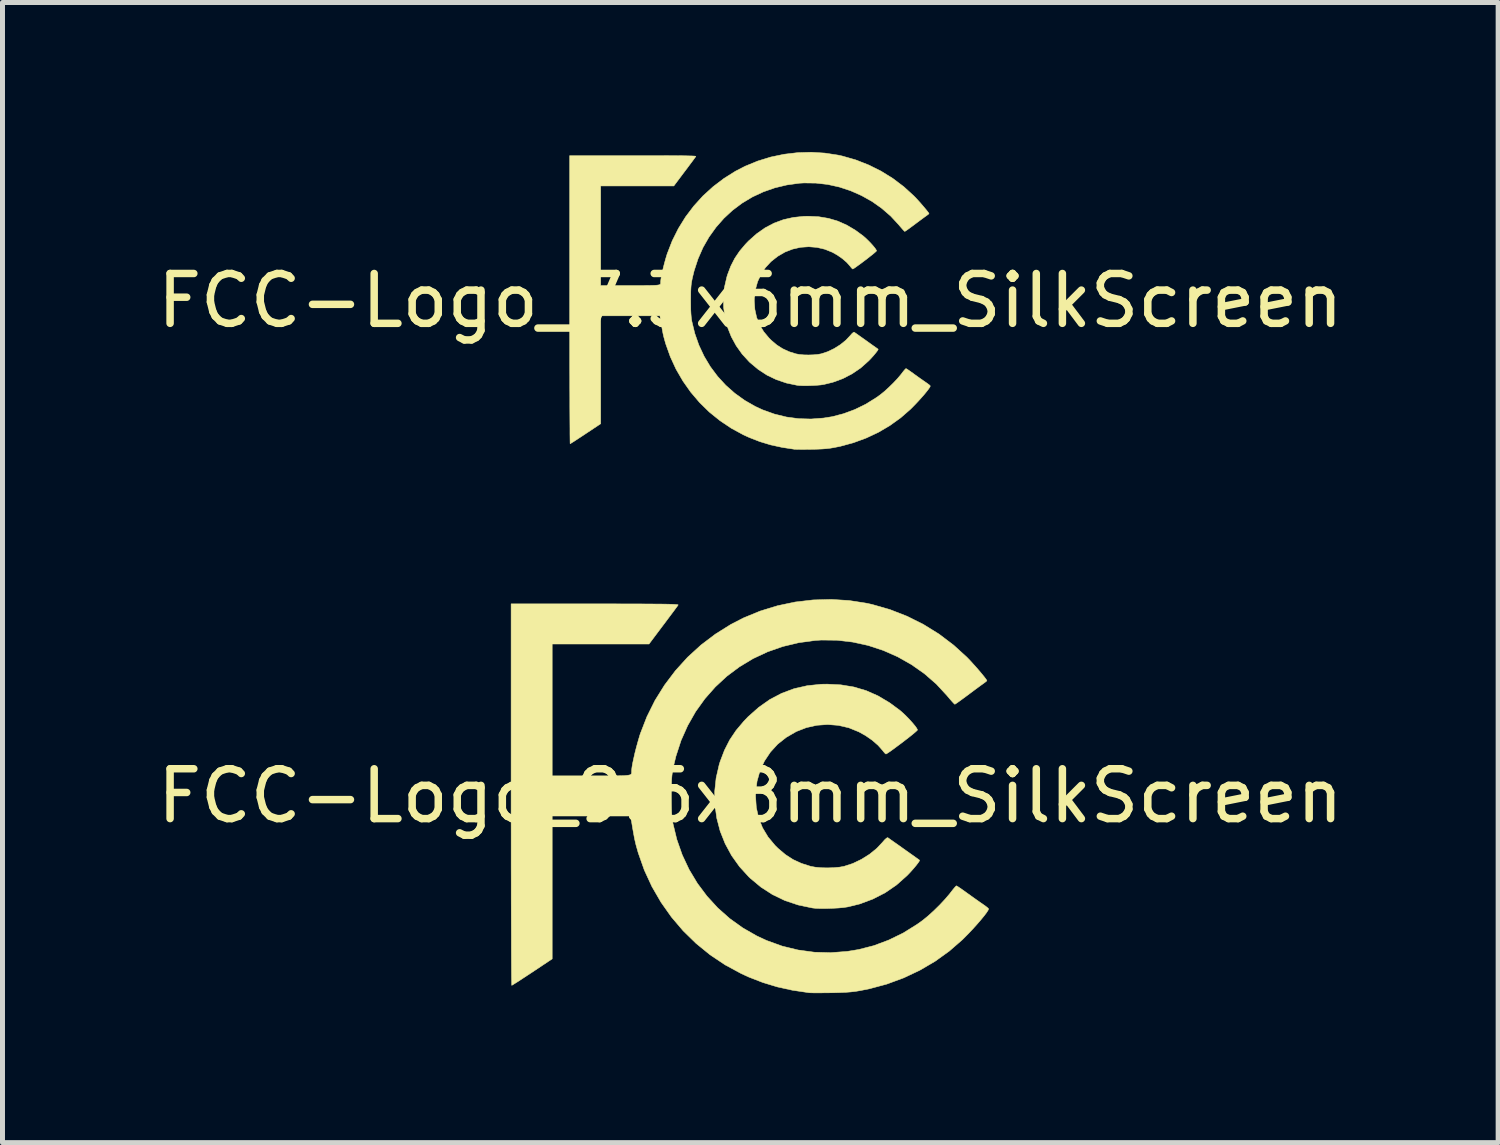
<source format=kicad_pcb>
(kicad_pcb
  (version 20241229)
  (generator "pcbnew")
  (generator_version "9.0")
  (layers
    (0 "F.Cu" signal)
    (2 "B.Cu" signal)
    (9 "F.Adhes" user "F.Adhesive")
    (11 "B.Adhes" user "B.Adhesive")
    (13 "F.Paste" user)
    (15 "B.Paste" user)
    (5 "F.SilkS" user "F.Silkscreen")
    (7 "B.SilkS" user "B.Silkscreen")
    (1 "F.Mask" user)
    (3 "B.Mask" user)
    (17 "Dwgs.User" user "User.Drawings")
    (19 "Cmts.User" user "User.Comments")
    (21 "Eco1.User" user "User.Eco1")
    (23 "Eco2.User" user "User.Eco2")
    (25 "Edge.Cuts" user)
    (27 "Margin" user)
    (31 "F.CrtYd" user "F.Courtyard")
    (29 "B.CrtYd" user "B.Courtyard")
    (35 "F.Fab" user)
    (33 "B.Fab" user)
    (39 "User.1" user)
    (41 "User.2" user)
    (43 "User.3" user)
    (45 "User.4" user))
  (footprint "FCC-Logo_9.6x8mm_SilkScreen"
    (layer "F.Cu")
    (at 12.006 12.921)
    (property "Reference" "FCC-Logo_9.6x8mm_SilkScreen" (at 0 0 0) (layer "F.SilkS") (effects (font (size 1 1) (thickness 0.15))))
    (attr exclude_from_pos_files exclude_from_bom allow_missing_courtyard)
    (fp_poly (pts (xy 1.817 -2.229) (xy 2.077 -2.186) (xy 2.324 -2.113) (xy 2.562 -2.008) (xy 2.794 -1.87) (xy 2.999 -1.719) (xy 3.061 -1.665) (xy 3.128 -1.601) (xy 3.194 -1.533) (xy 3.255 -1.465) (xy 3.305 -1.405) (xy 3.34 -1.356) (xy 3.354 -1.326) (xy 3.355 -1.324) (xy 3.341 -1.308) (xy 3.304 -1.275) (xy 3.249 -1.229) (xy 3.18 -1.174) (xy 3.102 -1.114) (xy 3.02 -1.051) (xy 2.939 -0.991) (xy 2.865 -0.936) (xy 2.801 -0.89) (xy 2.752 -0.858) (xy 2.725 -0.842) (xy 2.721 -0.841) (xy 2.703 -0.854) (xy 2.673 -0.888) (xy 2.654 -0.913) (xy 2.564 -1.015) (xy 2.447 -1.117) (xy 2.31 -1.212) (xy 2.179 -1.285) (xy 1.978 -1.367) (xy 1.768 -1.416) (xy 1.553 -1.433) (xy 1.337 -1.418) (xy 1.126 -1.371) (xy 0.922 -1.292) (xy 0.921 -1.291) (xy 0.722 -1.176) (xy 0.549 -1.039) (xy 0.403 -0.879) (xy 0.284 -0.701) (xy 0.194 -0.505) (xy 0.135 -0.295) (xy 0.107 -0.071) (xy 0.105 0.005) (xy 0.12 0.232) (xy 0.167 0.443) (xy 0.245 0.64) (xy 0.355 0.823) (xy 0.498 0.995) (xy 0.557 1.053) (xy 0.705 1.178) (xy 0.858 1.277) (xy 1.026 1.354) (xy 1.211 1.413) (xy 1.304 1.43) (xy 1.42 1.441) (xy 1.547 1.444) (xy 1.675 1.44) (xy 1.793 1.429) (xy 1.881 1.413) (xy 2.056 1.356) (xy 2.229 1.273) (xy 2.393 1.17) (xy 2.538 1.052) (xy 2.647 0.936) (xy 2.696 0.88) (xy 2.734 0.846) (xy 2.757 0.836) (xy 2.758 0.837) (xy 2.776 0.849) (xy 2.817 0.879) (xy 2.877 0.921) (xy 2.95 0.972) (xy 3.03 1.029) (xy 3.114 1.089) (xy 3.196 1.147) (xy 3.27 1.199) (xy 3.331 1.243) (xy 3.375 1.274) (xy 3.396 1.29) (xy 3.396 1.29) (xy 3.391 1.307) (xy 3.367 1.343) (xy 3.327 1.395) (xy 3.277 1.455) (xy 3.22 1.519) (xy 3.162 1.581) (xy 3.142 1.601) (xy 2.934 1.786) (xy 2.705 1.943) (xy 2.457 2.07) (xy 2.194 2.168) (xy 1.958 2.226) (xy 1.873 2.239) (xy 1.765 2.249) (xy 1.645 2.255) (xy 1.522 2.259) (xy 1.405 2.259) (xy 1.306 2.255) (xy 1.244 2.248) (xy 0.959 2.188) (xy 0.693 2.099) (xy 0.444 1.979) (xy 0.212 1.829) (xy -0.005 1.648) (xy -0.029 1.625) (xy -0.217 1.419) (xy -0.376 1.196) (xy -0.505 0.958) (xy -0.605 0.707) (xy -0.673 0.447) (xy -0.71 0.18) (xy -0.715 -0.09) (xy -0.686 -0.361) (xy -0.624 -0.631) (xy -0.605 -0.691) (xy -0.519 -0.917) (xy -0.414 -1.123) (xy -0.286 -1.314) (xy -0.13 -1.499) (xy -0.046 -1.587) (xy 0.168 -1.777) (xy 0.392 -1.935) (xy 0.629 -2.059) (xy 0.878 -2.152) (xy 1.142 -2.212) (xy 1.42 -2.241) (xy 1.542 -2.243) (xy 1.817 -2.229)) (stroke (width 0.01) (type solid)) (fill yes) (layer "F.SilkS"))
    (fp_poly (pts (xy 1.982 -3.921) (xy 2.336 -3.866) (xy 2.444 -3.842) (xy 2.8 -3.74) (xy 3.144 -3.606) (xy 3.474 -3.441) (xy 3.787 -3.247) (xy 4.08 -3.025) (xy 4.344 -2.785) (xy 4.4 -2.727) (xy 4.463 -2.658) (xy 4.529 -2.585) (xy 4.593 -2.511) (xy 4.651 -2.442) (xy 4.699 -2.383) (xy 4.732 -2.339) (xy 4.746 -2.314) (xy 4.747 -2.312) (xy 4.733 -2.298) (xy 4.7 -2.272) (xy 4.672 -2.252) (xy 4.633 -2.224) (xy 4.573 -2.18) (xy 4.497 -2.124) (xy 4.414 -2.062) (xy 4.358 -2.02) (xy 4.278 -1.961) (xy 4.208 -1.91) (xy 4.152 -1.87) (xy 4.116 -1.846) (xy 4.104 -1.839) (xy 4.088 -1.852) (xy 4.055 -1.887) (xy 4.009 -1.939) (xy 3.955 -2.003) (xy 3.944 -2.016) (xy 3.73 -2.247) (xy 3.492 -2.454) (xy 3.233 -2.636) (xy 2.957 -2.792) (xy 2.667 -2.92) (xy 2.366 -3.019) (xy 2.056 -3.087) (xy 1.743 -3.124) (xy 1.427 -3.128) (xy 1.304 -3.12) (xy 0.971 -3.075) (xy 0.65 -2.998) (xy 0.344 -2.891) (xy 0.054 -2.755) (xy -0.218 -2.591) (xy -0.471 -2.402) (xy -0.703 -2.187) (xy -0.912 -1.95) (xy -1.098 -1.691) (xy -1.257 -1.411) (xy -1.39 -1.113) (xy -1.493 -0.797) (xy -1.537 -0.614) (xy -1.553 -0.537) (xy -1.565 -0.47) (xy -1.573 -0.405) (xy -1.579 -0.335) (xy -1.582 -0.252) (xy -1.584 -0.15) (xy -1.585 -0.021) (xy -1.585 -0.009) (xy -1.584 0.136) (xy -1.582 0.253) (xy -1.578 0.349) (xy -1.571 0.43) (xy -1.561 0.504) (xy -1.553 0.552) (xy -1.475 0.874) (xy -1.367 1.182) (xy -1.229 1.476) (xy -1.063 1.753) (xy -0.871 2.01) (xy -0.654 2.247) (xy -0.414 2.46) (xy -0.152 2.648) (xy 0.129 2.809) (xy 0.327 2.901) (xy 0.64 3.014) (xy 0.96 3.092) (xy 1.285 3.136) (xy 1.613 3.145) (xy 1.944 3.12) (xy 2.175 3.082) (xy 2.479 3.004) (xy 2.778 2.892) (xy 3.069 2.75) (xy 3.345 2.578) (xy 3.457 2.498) (xy 3.565 2.41) (xy 3.683 2.303) (xy 3.801 2.187) (xy 3.91 2.07) (xy 4.002 1.962) (xy 4.021 1.937) (xy 4.066 1.879) (xy 4.103 1.835) (xy 4.129 1.808) (xy 4.136 1.804) (xy 4.155 1.814) (xy 4.196 1.841) (xy 4.254 1.881) (xy 4.324 1.931) (xy 4.349 1.949) (xy 4.434 2.01) (xy 4.521 2.072) (xy 4.6 2.128) (xy 4.661 2.17) (xy 4.664 2.172) (xy 4.719 2.211) (xy 4.76 2.243) (xy 4.78 2.264) (xy 4.782 2.267) (xy 4.77 2.296) (xy 4.738 2.345) (xy 4.687 2.412) (xy 4.622 2.491) (xy 4.546 2.579) (xy 4.463 2.671) (xy 4.375 2.764) (xy 4.286 2.854) (xy 4.255 2.885) (xy 3.993 3.113) (xy 3.708 3.318) (xy 3.401 3.498) (xy 3.077 3.651) (xy 2.738 3.776) (xy 2.388 3.87) (xy 2.207 3.906) (xy 2.112 3.922) (xy 2.017 3.933) (xy 1.913 3.941) (xy 1.792 3.946) (xy 1.646 3.95) (xy 1.612 3.95) (xy 1.496 3.951) (xy 1.389 3.952) (xy 1.297 3.952) (xy 1.225 3.951) (xy 1.181 3.949) (xy 1.174 3.948) (xy 0.845 3.899) (xy 0.541 3.832) (xy 0.251 3.744) (xy -0.03 3.635) (xy -0.184 3.564) (xy -0.506 3.39) (xy -0.808 3.188) (xy -1.089 2.959) (xy -1.348 2.706) (xy -1.583 2.43) (xy -1.792 2.134) (xy -1.974 1.82) (xy -2.127 1.489) (xy -2.249 1.143) (xy -2.295 0.981) (xy -2.307 0.929) (xy -2.32 0.874) (xy -2.332 0.812) (xy -2.346 0.735) (xy -2.363 0.639) (xy -2.383 0.516) (xy -2.392 0.46) (xy -2.401 0.403) (xy -3.976 0.403) (xy -3.976 3.27) (xy -4.375 3.536) (xy -4.48 3.605) (xy -4.576 3.668) (xy -4.658 3.722) (xy -4.724 3.763) (xy -4.768 3.791) (xy -4.787 3.801) (xy -4.787 3.801) (xy -4.788 3.784) (xy -4.789 3.733) (xy -4.791 3.651) (xy -4.792 3.538) (xy -4.793 3.396) (xy -4.794 3.228) (xy -4.795 3.034) (xy -4.795 2.816) (xy -4.796 2.575) (xy -4.797 2.314) (xy -4.798 2.034) (xy -4.798 1.736) (xy -4.799 1.422) (xy -4.799 1.093) (xy -4.799 0.752) (xy -4.8 0.4) (xy -4.8 0.038) (xy -4.8 -0.026) (xy -4.8 -3.854) (xy -3.117 -3.854) (xy -2.827 -3.854) (xy -2.571 -3.853) (xy -2.346 -3.853) (xy -2.15 -3.852) (xy -1.983 -3.851) (xy -1.842 -3.85) (xy -1.726 -3.849) (xy -1.633 -3.847) (xy -1.561 -3.845) (xy -1.508 -3.842) (xy -1.472 -3.839) (xy -1.453 -3.836) (xy -1.447 -3.832) (xy -1.448 -3.832) (xy -1.461 -3.813) (xy -1.493 -3.769) (xy -1.54 -3.705) (xy -1.6 -3.625) (xy -1.669 -3.533) (xy -1.745 -3.431) (xy -1.747 -3.429) (xy -2.033 -3.048) (xy -3.976 -3.048) (xy -3.976 -0.403) (xy -3.19 -0.403) (xy -3.001 -0.403) (xy -2.843 -0.403) (xy -2.715 -0.403) (xy -2.613 -0.405) (xy -2.534 -0.407) (xy -2.476 -0.412) (xy -2.434 -0.418) (xy -2.407 -0.426) (xy -2.391 -0.437) (xy -2.384 -0.452) (xy -2.382 -0.469) (xy -2.382 -0.491) (xy -2.382 -0.503) (xy -2.377 -0.56) (xy -2.364 -0.643) (xy -2.342 -0.745) (xy -2.316 -0.861) (xy -2.285 -0.982) (xy -2.252 -1.101) (xy -2.219 -1.213) (xy -2.207 -1.25) (xy -2.075 -1.59) (xy -1.913 -1.916) (xy -1.721 -2.224) (xy -1.503 -2.513) (xy -1.259 -2.782) (xy -0.991 -3.027) (xy -0.701 -3.247) (xy -0.391 -3.441) (xy -0.134 -3.573) (xy 0.199 -3.71) (xy 0.545 -3.816) (xy 0.9 -3.891) (xy 1.26 -3.933) (xy 1.622 -3.943) (xy 1.982 -3.921)) (stroke (width 0.01) (type solid)) (fill yes) (layer "F.SilkS")))
  (footprint "FCC-Logo_7.3x6mm_SilkScreen"
    (layer "F.Cu")
    (at 12.006 2.983)
    (property "Reference" "FCC-Logo_7.3x6mm_SilkScreen" (at 0 0 0) (layer "F.SilkS") (effects (font (size 1 1) (thickness 0.15))))
    (attr exclude_from_pos_files exclude_from_bom allow_missing_courtyard)
    (fp_poly (pts (xy 1.372 -1.684) (xy 1.569 -1.651) (xy 1.755 -1.596) (xy 1.935 -1.516) (xy 2.11 -1.412) (xy 2.265 -1.298) (xy 2.312 -1.257) (xy 2.362 -1.209) (xy 2.412 -1.158) (xy 2.458 -1.107) (xy 2.496 -1.061) (xy 2.522 -1.024) (xy 2.533 -1.001) (xy 2.533 -1) (xy 2.523 -0.988) (xy 2.495 -0.963) (xy 2.454 -0.928) (xy 2.401 -0.887) (xy 2.343 -0.841) (xy 2.281 -0.794) (xy 2.22 -0.748) (xy 2.163 -0.707) (xy 2.115 -0.672) (xy 2.079 -0.648) (xy 2.058 -0.636) (xy 2.055 -0.635) (xy 2.042 -0.645) (xy 2.019 -0.67) (xy 2.004 -0.69) (xy 1.936 -0.767) (xy 1.848 -0.843) (xy 1.745 -0.915) (xy 1.646 -0.971) (xy 1.494 -1.032) (xy 1.335 -1.069) (xy 1.173 -1.082) (xy 1.01 -1.071) (xy 0.85 -1.035) (xy 0.697 -0.976) (xy 0.695 -0.975) (xy 0.546 -0.888) (xy 0.415 -0.784) (xy 0.304 -0.664) (xy 0.214 -0.529) (xy 0.146 -0.381) (xy 0.102 -0.222) (xy 0.081 -0.054) (xy 0.079 0.004) (xy 0.091 0.175) (xy 0.126 0.335) (xy 0.185 0.483) (xy 0.268 0.622) (xy 0.376 0.751) (xy 0.42 0.795) (xy 0.532 0.89) (xy 0.648 0.964) (xy 0.775 1.023) (xy 0.914 1.067) (xy 0.985 1.08) (xy 1.072 1.088) (xy 1.169 1.09) (xy 1.265 1.087) (xy 1.354 1.079) (xy 1.421 1.067) (xy 1.552 1.024) (xy 1.683 0.961) (xy 1.807 0.883) (xy 1.917 0.794) (xy 1.999 0.707) (xy 2.036 0.665) (xy 2.065 0.639) (xy 2.082 0.632) (xy 2.083 0.632) (xy 2.096 0.641) (xy 2.128 0.663) (xy 2.173 0.695) (xy 2.228 0.734) (xy 2.289 0.777) (xy 2.352 0.822) (xy 2.413 0.866) (xy 2.469 0.906) (xy 2.516 0.939) (xy 2.549 0.962) (xy 2.565 0.974) (xy 2.565 0.974) (xy 2.561 0.987) (xy 2.543 1.015) (xy 2.513 1.053) (xy 2.475 1.099) (xy 2.432 1.147) (xy 2.388 1.194) (xy 2.373 1.209) (xy 2.216 1.349) (xy 2.043 1.467) (xy 1.856 1.564) (xy 1.657 1.637) (xy 1.478 1.681) (xy 1.414 1.691) (xy 1.333 1.698) (xy 1.242 1.703) (xy 1.149 1.706) (xy 1.061 1.706) (xy 0.986 1.703) (xy 0.939 1.698) (xy 0.724 1.653) (xy 0.523 1.585) (xy 0.335 1.495) (xy 0.16 1.381) (xy -0.003 1.245) (xy -0.022 1.227) (xy -0.164 1.072) (xy -0.284 0.903) (xy -0.382 0.723) (xy -0.457 0.534) (xy -0.508 0.338) (xy -0.536 0.136) (xy -0.54 -0.068) (xy -0.518 -0.273) (xy -0.471 -0.476) (xy -0.457 -0.522) (xy -0.392 -0.693) (xy -0.313 -0.848) (xy -0.216 -0.992) (xy -0.098 -1.132) (xy -0.035 -1.198) (xy 0.127 -1.342) (xy 0.296 -1.461) (xy 0.475 -1.555) (xy 0.663 -1.625) (xy 0.862 -1.67) (xy 1.072 -1.692) (xy 1.164 -1.694) (xy 1.372 -1.684)) (stroke (width 0.01) (type solid)) (fill yes) (layer "F.SilkS"))
    (fp_poly (pts (xy 1.496 -2.961) (xy 1.764 -2.92) (xy 1.845 -2.902) (xy 2.114 -2.825) (xy 2.374 -2.723) (xy 2.623 -2.599) (xy 2.86 -2.452) (xy 3.081 -2.285) (xy 3.28 -2.103) (xy 3.323 -2.059) (xy 3.37 -2.008) (xy 3.42 -1.952) (xy 3.468 -1.896) (xy 3.512 -1.844) (xy 3.548 -1.8) (xy 3.574 -1.766) (xy 3.585 -1.748) (xy 3.585 -1.746) (xy 3.575 -1.736) (xy 3.549 -1.716) (xy 3.529 -1.701) (xy 3.499 -1.68) (xy 3.453 -1.646) (xy 3.396 -1.604) (xy 3.333 -1.557) (xy 3.291 -1.525) (xy 3.231 -1.481) (xy 3.178 -1.442) (xy 3.136 -1.412) (xy 3.108 -1.394) (xy 3.099 -1.389) (xy 3.087 -1.399) (xy 3.062 -1.425) (xy 3.028 -1.464) (xy 2.986 -1.513) (xy 2.979 -1.522) (xy 2.817 -1.697) (xy 2.637 -1.853) (xy 2.442 -1.991) (xy 2.233 -2.108) (xy 2.014 -2.205) (xy 1.787 -2.28) (xy 1.553 -2.332) (xy 1.316 -2.359) (xy 1.078 -2.362) (xy 0.985 -2.357) (xy 0.733 -2.322) (xy 0.491 -2.264) (xy 0.26 -2.183) (xy 0.041 -2.081) (xy -0.165 -1.957) (xy -0.356 -1.814) (xy -0.531 -1.652) (xy -0.689 -1.472) (xy -0.829 -1.277) (xy -0.95 -1.066) (xy -1.049 -0.84) (xy -1.127 -0.602) (xy -1.161 -0.464) (xy -1.173 -0.406) (xy -1.182 -0.355) (xy -1.188 -0.306) (xy -1.192 -0.253) (xy -1.195 -0.19) (xy -1.196 -0.113) (xy -1.197 -0.016) (xy -1.197 -0.007) (xy -1.196 0.103) (xy -1.195 0.191) (xy -1.191 0.264) (xy -1.186 0.325) (xy -1.179 0.381) (xy -1.173 0.417) (xy -1.114 0.66) (xy -1.032 0.893) (xy -0.928 1.115) (xy -0.803 1.324) (xy -0.658 1.518) (xy -0.494 1.697) (xy -0.312 1.858) (xy -0.115 2) (xy 0.098 2.122) (xy 0.247 2.191) (xy 0.484 2.276) (xy 0.725 2.335) (xy 0.97 2.368) (xy 1.218 2.375) (xy 1.468 2.356) (xy 1.643 2.328) (xy 1.872 2.268) (xy 2.098 2.184) (xy 2.317 2.077) (xy 2.526 1.947) (xy 2.611 1.886) (xy 2.692 1.82) (xy 2.781 1.739) (xy 2.87 1.652) (xy 2.953 1.564) (xy 3.022 1.482) (xy 3.037 1.463) (xy 3.07 1.419) (xy 3.099 1.385) (xy 3.118 1.366) (xy 3.123 1.363) (xy 3.138 1.37) (xy 3.169 1.39) (xy 3.213 1.421) (xy 3.266 1.458) (xy 3.284 1.472) (xy 3.348 1.518) (xy 3.414 1.565) (xy 3.474 1.607) (xy 3.52 1.639) (xy 3.522 1.64) (xy 3.564 1.67) (xy 3.595 1.694) (xy 3.61 1.71) (xy 3.611 1.712) (xy 3.603 1.734) (xy 3.578 1.771) (xy 3.54 1.821) (xy 3.491 1.881) (xy 3.433 1.947) (xy 3.37 2.017) (xy 3.304 2.087) (xy 3.237 2.155) (xy 3.213 2.179) (xy 3.016 2.351) (xy 2.8 2.506) (xy 2.569 2.642) (xy 2.324 2.757) (xy 2.068 2.851) (xy 1.803 2.923) (xy 1.667 2.95) (xy 1.595 2.962) (xy 1.523 2.97) (xy 1.444 2.976) (xy 1.353 2.98) (xy 1.243 2.983) (xy 1.217 2.983) (xy 1.13 2.984) (xy 1.049 2.985) (xy 0.979 2.984) (xy 0.925 2.983) (xy 0.892 2.982) (xy 0.886 2.982) (xy 0.638 2.944) (xy 0.408 2.894) (xy 0.19 2.828) (xy -0.023 2.745) (xy -0.139 2.692) (xy -0.382 2.56) (xy -0.61 2.407) (xy -0.823 2.235) (xy -1.018 2.044) (xy -1.196 1.835) (xy -1.353 1.612) (xy -1.491 1.374) (xy -1.606 1.124) (xy -1.699 0.863) (xy -1.733 0.741) (xy -1.743 0.701) (xy -1.752 0.66) (xy -1.761 0.613) (xy -1.772 0.555) (xy -1.784 0.482) (xy -1.8 0.39) (xy -1.807 0.347) (xy -1.814 0.304) (xy -3.003 0.304) (xy -3.003 2.47) (xy -3.304 2.67) (xy -3.384 2.723) (xy -3.456 2.77) (xy -3.518 2.811) (xy -3.567 2.842) (xy -3.601 2.863) (xy -3.615 2.871) (xy -3.615 2.871) (xy -3.616 2.858) (xy -3.617 2.819) (xy -3.618 2.757) (xy -3.619 2.672) (xy -3.619 2.565) (xy -3.62 2.438) (xy -3.621 2.291) (xy -3.622 2.126) (xy -3.622 1.945) (xy -3.623 1.748) (xy -3.623 1.536) (xy -3.624 1.311) (xy -3.624 1.074) (xy -3.624 0.826) (xy -3.625 0.568) (xy -3.625 0.302) (xy -3.625 0.029) (xy -3.625 -0.02) (xy -3.625 -2.91) (xy -2.354 -2.91) (xy -2.135 -2.91) (xy -1.941 -2.91) (xy -1.771 -2.91) (xy -1.624 -2.909) (xy -1.498 -2.909) (xy -1.391 -2.908) (xy -1.304 -2.907) (xy -1.233 -2.905) (xy -1.179 -2.904) (xy -1.139 -2.902) (xy -1.112 -2.9) (xy -1.097 -2.897) (xy -1.093 -2.894) (xy -1.093 -2.894) (xy -1.104 -2.879) (xy -1.128 -2.846) (xy -1.163 -2.798) (xy -1.208 -2.738) (xy -1.26 -2.668) (xy -1.318 -2.591) (xy -1.319 -2.59) (xy -1.535 -2.302) (xy -3.003 -2.302) (xy -3.003 -0.304) (xy -2.409 -0.304) (xy -2.266 -0.304) (xy -2.147 -0.304) (xy -2.05 -0.305) (xy -1.973 -0.306) (xy -1.914 -0.308) (xy -1.87 -0.311) (xy -1.838 -0.316) (xy -1.818 -0.322) (xy -1.806 -0.33) (xy -1.8 -0.341) (xy -1.799 -0.354) (xy -1.799 -0.371) (xy -1.799 -0.38) (xy -1.795 -0.423) (xy -1.785 -0.485) (xy -1.769 -0.563) (xy -1.749 -0.65) (xy -1.726 -0.741) (xy -1.701 -0.832) (xy -1.676 -0.916) (xy -1.667 -0.944) (xy -1.567 -1.201) (xy -1.444 -1.447) (xy -1.3 -1.68) (xy -1.135 -1.898) (xy -0.951 -2.101) (xy -0.748 -2.286) (xy -0.53 -2.452) (xy -0.296 -2.599) (xy -0.101 -2.699) (xy 0.15 -2.802) (xy 0.411 -2.882) (xy 0.679 -2.938) (xy 0.951 -2.97) (xy 1.225 -2.978) (xy 1.496 -2.961)) (stroke (width 0.01) (type solid)) (fill yes) (layer "F.SilkS")))
  (gr_rect
    (start -3 -3)
    (end 27.012 19.878)
    (stroke (width 0.1) (type default))
    (fill no)
    (layer "Edge.Cuts")))
</source>
